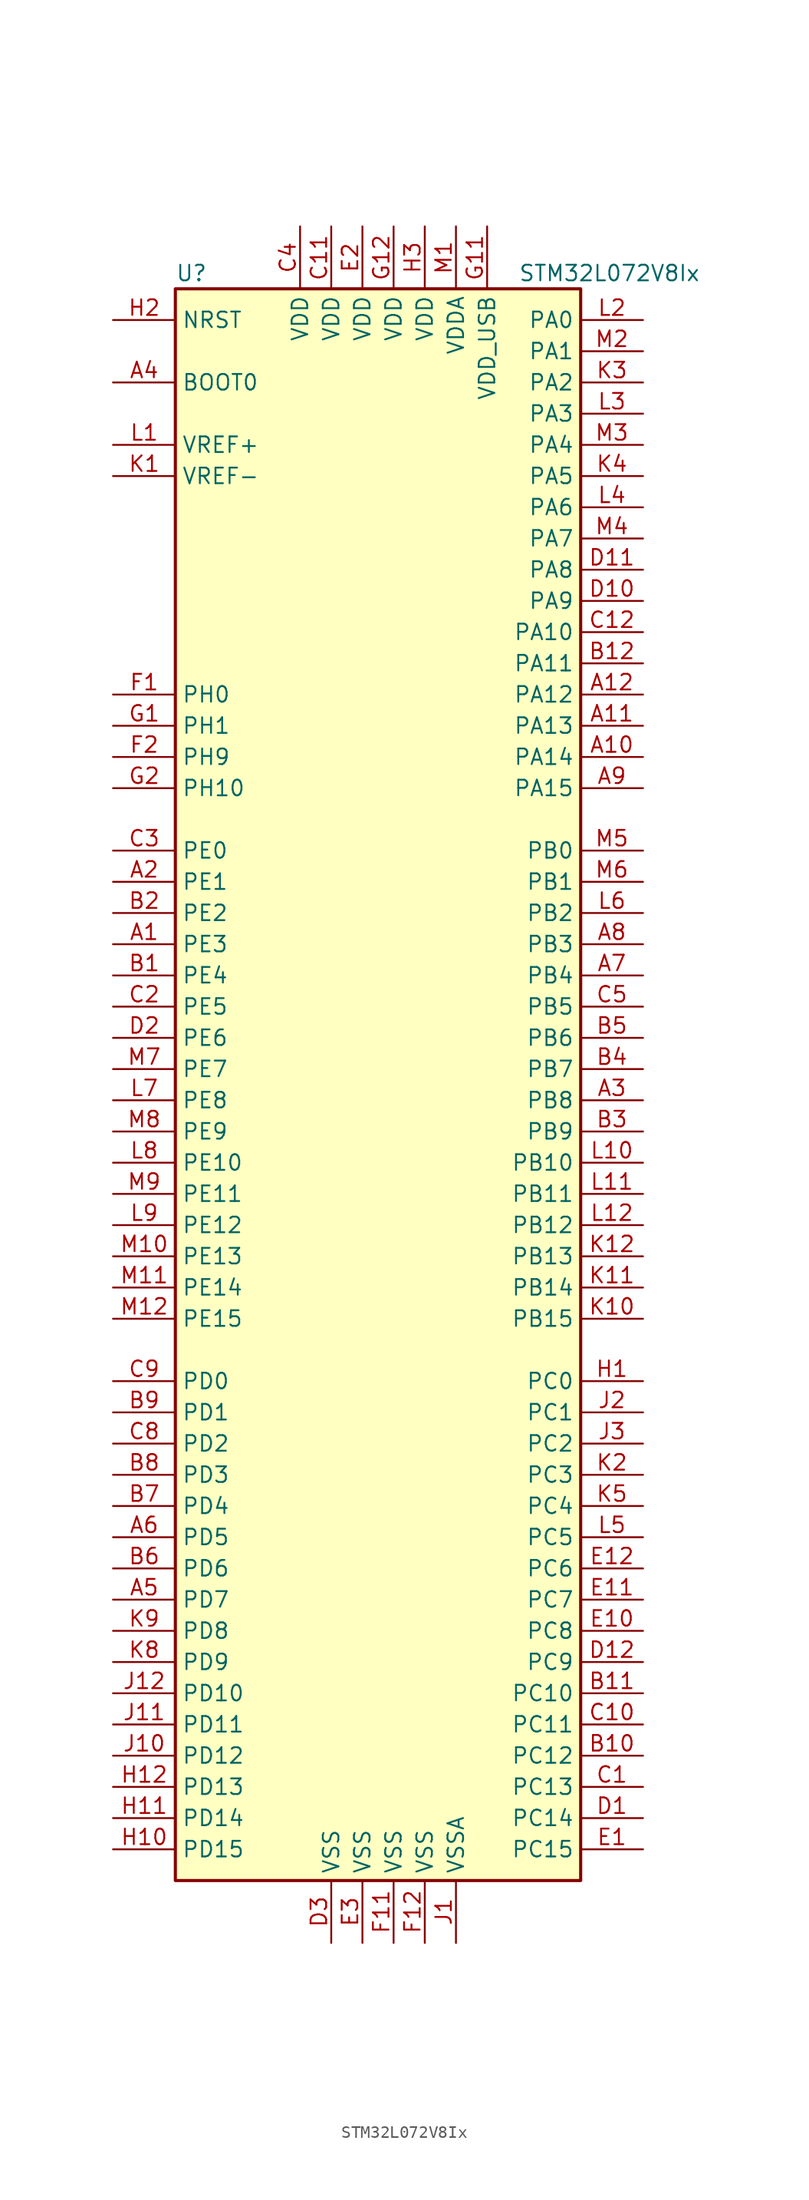
<source format=kicad_sym>
(kicad_symbol_lib
  (version 20201005)
  (generator kicad_symbol_editor)
  (symbol "STM32L072V8Ix"
    (property "Reference" "U"
      (at -17.78 64.77 0)
      (effects (font (size 1.27 1.27)) (justify left)))
    (property "Value" "STM32L072V8Ix"
      (at 10.16 64.77 0)
      (effects (font (size 1.27 1.27)) (justify left)))
    (symbol "STM32L072V8Ix_0_1"
      (rectangle (start -17.78 -66.04) (end 15.24 63.5) (stroke (width 0.254)) (fill (type background))))
    (symbol "STM32L072V8Ix_1_1"
      (pin input line (at -22.86 55.88 0) (length 5.08) (name "BOOT0" (effects (font (size 1.27 1.27)))) (number "A4" (effects (font (size 1.27 1.27)))))
      (pin input line (at -22.86 60.96 0) (length 5.08) (name "NRST" (effects (font (size 1.27 1.27)))) (number "H2" (effects (font (size 1.27 1.27)))))
      (pin bidirectional line (at 20.32 60.96 180) (length 5.08) (name "PA0" (effects (font (size 1.27 1.27)))) (number "L2" (effects (font (size 1.27 1.27)))))
      (pin bidirectional line (at 20.32 58.42 180) (length 5.08) (name "PA1" (effects (font (size 1.27 1.27)))) (number "M2" (effects (font (size 1.27 1.27)))))
      (pin bidirectional line (at 20.32 35.56 180) (length 5.08) (name "PA10" (effects (font (size 1.27 1.27)))) (number "C12" (effects (font (size 1.27 1.27)))))
      (pin bidirectional line (at 20.32 33.02 180) (length 5.08) (name "PA11" (effects (font (size 1.27 1.27)))) (number "B12" (effects (font (size 1.27 1.27)))))
      (pin bidirectional line (at 20.32 30.48 180) (length 5.08) (name "PA12" (effects (font (size 1.27 1.27)))) (number "A12" (effects (font (size 1.27 1.27)))))
      (pin bidirectional line (at 20.32 27.94 180) (length 5.08) (name "PA13" (effects (font (size 1.27 1.27)))) (number "A11" (effects (font (size 1.27 1.27)))))
      (pin bidirectional line (at 20.32 25.4 180) (length 5.08) (name "PA14" (effects (font (size 1.27 1.27)))) (number "A10" (effects (font (size 1.27 1.27)))))
      (pin bidirectional line (at 20.32 22.86 180) (length 5.08) (name "PA15" (effects (font (size 1.27 1.27)))) (number "A9" (effects (font (size 1.27 1.27)))))
      (pin bidirectional line (at 20.32 55.88 180) (length 5.08) (name "PA2" (effects (font (size 1.27 1.27)))) (number "K3" (effects (font (size 1.27 1.27)))))
      (pin bidirectional line (at 20.32 53.34 180) (length 5.08) (name "PA3" (effects (font (size 1.27 1.27)))) (number "L3" (effects (font (size 1.27 1.27)))))
      (pin bidirectional line (at 20.32 50.8 180) (length 5.08) (name "PA4" (effects (font (size 1.27 1.27)))) (number "M3" (effects (font (size 1.27 1.27)))))
      (pin bidirectional line (at 20.32 48.26 180) (length 5.08) (name "PA5" (effects (font (size 1.27 1.27)))) (number "K4" (effects (font (size 1.27 1.27)))))
      (pin bidirectional line (at 20.32 45.72 180) (length 5.08) (name "PA6" (effects (font (size 1.27 1.27)))) (number "L4" (effects (font (size 1.27 1.27)))))
      (pin bidirectional line (at 20.32 43.18 180) (length 5.08) (name "PA7" (effects (font (size 1.27 1.27)))) (number "M4" (effects (font (size 1.27 1.27)))))
      (pin bidirectional line (at 20.32 40.64 180) (length 5.08) (name "PA8" (effects (font (size 1.27 1.27)))) (number "D11" (effects (font (size 1.27 1.27)))))
      (pin bidirectional line (at 20.32 38.1 180) (length 5.08) (name "PA9" (effects (font (size 1.27 1.27)))) (number "D10" (effects (font (size 1.27 1.27)))))
      (pin bidirectional line (at 20.32 17.78 180) (length 5.08) (name "PB0" (effects (font (size 1.27 1.27)))) (number "M5" (effects (font (size 1.27 1.27)))))
      (pin bidirectional line (at 20.32 15.24 180) (length 5.08) (name "PB1" (effects (font (size 1.27 1.27)))) (number "M6" (effects (font (size 1.27 1.27)))))
      (pin bidirectional line (at 20.32 -7.62 180) (length 5.08) (name "PB10" (effects (font (size 1.27 1.27)))) (number "L10" (effects (font (size 1.27 1.27)))))
      (pin bidirectional line (at 20.32 -10.16 180) (length 5.08) (name "PB11" (effects (font (size 1.27 1.27)))) (number "L11" (effects (font (size 1.27 1.27)))))
      (pin bidirectional line (at 20.32 -12.7 180) (length 5.08) (name "PB12" (effects (font (size 1.27 1.27)))) (number "L12" (effects (font (size 1.27 1.27)))))
      (pin bidirectional line (at 20.32 -15.24 180) (length 5.08) (name "PB13" (effects (font (size 1.27 1.27)))) (number "K12" (effects (font (size 1.27 1.27)))))
      (pin bidirectional line (at 20.32 -17.78 180) (length 5.08) (name "PB14" (effects (font (size 1.27 1.27)))) (number "K11" (effects (font (size 1.27 1.27)))))
      (pin bidirectional line (at 20.32 -20.32 180) (length 5.08) (name "PB15" (effects (font (size 1.27 1.27)))) (number "K10" (effects (font (size 1.27 1.27)))))
      (pin bidirectional line (at 20.32 12.7 180) (length 5.08) (name "PB2" (effects (font (size 1.27 1.27)))) (number "L6" (effects (font (size 1.27 1.27)))))
      (pin bidirectional line (at 20.32 10.16 180) (length 5.08) (name "PB3" (effects (font (size 1.27 1.27)))) (number "A8" (effects (font (size 1.27 1.27)))))
      (pin bidirectional line (at 20.32 7.62 180) (length 5.08) (name "PB4" (effects (font (size 1.27 1.27)))) (number "A7" (effects (font (size 1.27 1.27)))))
      (pin bidirectional line (at 20.32 5.08 180) (length 5.08) (name "PB5" (effects (font (size 1.27 1.27)))) (number "C5" (effects (font (size 1.27 1.27)))))
      (pin bidirectional line (at 20.32 2.54 180) (length 5.08) (name "PB6" (effects (font (size 1.27 1.27)))) (number "B5" (effects (font (size 1.27 1.27)))))
      (pin bidirectional line (at 20.32 0 180) (length 5.08) (name "PB7" (effects (font (size 1.27 1.27)))) (number "B4" (effects (font (size 1.27 1.27)))))
      (pin bidirectional line (at 20.32 -2.54 180) (length 5.08) (name "PB8" (effects (font (size 1.27 1.27)))) (number "A3" (effects (font (size 1.27 1.27)))))
      (pin bidirectional line (at 20.32 -5.08 180) (length 5.08) (name "PB9" (effects (font (size 1.27 1.27)))) (number "B3" (effects (font (size 1.27 1.27)))))
      (pin bidirectional line (at 20.32 -25.4 180) (length 5.08) (name "PC0" (effects (font (size 1.27 1.27)))) (number "H1" (effects (font (size 1.27 1.27)))))
      (pin bidirectional line (at 20.32 -27.94 180) (length 5.08) (name "PC1" (effects (font (size 1.27 1.27)))) (number "J2" (effects (font (size 1.27 1.27)))))
      (pin bidirectional line (at 20.32 -50.8 180) (length 5.08) (name "PC10" (effects (font (size 1.27 1.27)))) (number "B11" (effects (font (size 1.27 1.27)))))
      (pin bidirectional line (at 20.32 -53.34 180) (length 5.08) (name "PC11" (effects (font (size 1.27 1.27)))) (number "C10" (effects (font (size 1.27 1.27)))))
      (pin bidirectional line (at 20.32 -55.88 180) (length 5.08) (name "PC12" (effects (font (size 1.27 1.27)))) (number "B10" (effects (font (size 1.27 1.27)))))
      (pin bidirectional line (at 20.32 -58.42 180) (length 5.08) (name "PC13" (effects (font (size 1.27 1.27)))) (number "C1" (effects (font (size 1.27 1.27)))))
      (pin bidirectional line (at 20.32 -60.96 180) (length 5.08) (name "PC14" (effects (font (size 1.27 1.27)))) (number "D1" (effects (font (size 1.27 1.27)))))
      (pin bidirectional line (at 20.32 -63.5 180) (length 5.08) (name "PC15" (effects (font (size 1.27 1.27)))) (number "E1" (effects (font (size 1.27 1.27)))))
      (pin bidirectional line (at 20.32 -30.48 180) (length 5.08) (name "PC2" (effects (font (size 1.27 1.27)))) (number "J3" (effects (font (size 1.27 1.27)))))
      (pin bidirectional line (at 20.32 -33.02 180) (length 5.08) (name "PC3" (effects (font (size 1.27 1.27)))) (number "K2" (effects (font (size 1.27 1.27)))))
      (pin bidirectional line (at 20.32 -35.56 180) (length 5.08) (name "PC4" (effects (font (size 1.27 1.27)))) (number "K5" (effects (font (size 1.27 1.27)))))
      (pin bidirectional line (at 20.32 -38.1 180) (length 5.08) (name "PC5" (effects (font (size 1.27 1.27)))) (number "L5" (effects (font (size 1.27 1.27)))))
      (pin bidirectional line (at 20.32 -40.64 180) (length 5.08) (name "PC6" (effects (font (size 1.27 1.27)))) (number "E12" (effects (font (size 1.27 1.27)))))
      (pin bidirectional line (at 20.32 -43.18 180) (length 5.08) (name "PC7" (effects (font (size 1.27 1.27)))) (number "E11" (effects (font (size 1.27 1.27)))))
      (pin bidirectional line (at 20.32 -45.72 180) (length 5.08) (name "PC8" (effects (font (size 1.27 1.27)))) (number "E10" (effects (font (size 1.27 1.27)))))
      (pin bidirectional line (at 20.32 -48.26 180) (length 5.08) (name "PC9" (effects (font (size 1.27 1.27)))) (number "D12" (effects (font (size 1.27 1.27)))))
      (pin bidirectional line (at -22.86 -25.4 0) (length 5.08) (name "PD0" (effects (font (size 1.27 1.27)))) (number "C9" (effects (font (size 1.27 1.27)))))
      (pin bidirectional line (at -22.86 -27.94 0) (length 5.08) (name "PD1" (effects (font (size 1.27 1.27)))) (number "B9" (effects (font (size 1.27 1.27)))))
      (pin bidirectional line (at -22.86 -50.8 0) (length 5.08) (name "PD10" (effects (font (size 1.27 1.27)))) (number "J12" (effects (font (size 1.27 1.27)))))
      (pin bidirectional line (at -22.86 -53.34 0) (length 5.08) (name "PD11" (effects (font (size 1.27 1.27)))) (number "J11" (effects (font (size 1.27 1.27)))))
      (pin bidirectional line (at -22.86 -55.88 0) (length 5.08) (name "PD12" (effects (font (size 1.27 1.27)))) (number "J10" (effects (font (size 1.27 1.27)))))
      (pin bidirectional line (at -22.86 -58.42 0) (length 5.08) (name "PD13" (effects (font (size 1.27 1.27)))) (number "H12" (effects (font (size 1.27 1.27)))))
      (pin bidirectional line (at -22.86 -60.96 0) (length 5.08) (name "PD14" (effects (font (size 1.27 1.27)))) (number "H11" (effects (font (size 1.27 1.27)))))
      (pin bidirectional line (at -22.86 -63.5 0) (length 5.08) (name "PD15" (effects (font (size 1.27 1.27)))) (number "H10" (effects (font (size 1.27 1.27)))))
      (pin bidirectional line (at -22.86 -30.48 0) (length 5.08) (name "PD2" (effects (font (size 1.27 1.27)))) (number "C8" (effects (font (size 1.27 1.27)))))
      (pin bidirectional line (at -22.86 -33.02 0) (length 5.08) (name "PD3" (effects (font (size 1.27 1.27)))) (number "B8" (effects (font (size 1.27 1.27)))))
      (pin bidirectional line (at -22.86 -35.56 0) (length 5.08) (name "PD4" (effects (font (size 1.27 1.27)))) (number "B7" (effects (font (size 1.27 1.27)))))
      (pin bidirectional line (at -22.86 -38.1 0) (length 5.08) (name "PD5" (effects (font (size 1.27 1.27)))) (number "A6" (effects (font (size 1.27 1.27)))))
      (pin bidirectional line (at -22.86 -40.64 0) (length 5.08) (name "PD6" (effects (font (size 1.27 1.27)))) (number "B6" (effects (font (size 1.27 1.27)))))
      (pin bidirectional line (at -22.86 -43.18 0) (length 5.08) (name "PD7" (effects (font (size 1.27 1.27)))) (number "A5" (effects (font (size 1.27 1.27)))))
      (pin bidirectional line (at -22.86 -45.72 0) (length 5.08) (name "PD8" (effects (font (size 1.27 1.27)))) (number "K9" (effects (font (size 1.27 1.27)))))
      (pin bidirectional line (at -22.86 -48.26 0) (length 5.08) (name "PD9" (effects (font (size 1.27 1.27)))) (number "K8" (effects (font (size 1.27 1.27)))))
      (pin bidirectional line (at -22.86 17.78 0) (length 5.08) (name "PE0" (effects (font (size 1.27 1.27)))) (number "C3" (effects (font (size 1.27 1.27)))))
      (pin bidirectional line (at -22.86 15.24 0) (length 5.08) (name "PE1" (effects (font (size 1.27 1.27)))) (number "A2" (effects (font (size 1.27 1.27)))))
      (pin bidirectional line (at -22.86 -7.62 0) (length 5.08) (name "PE10" (effects (font (size 1.27 1.27)))) (number "L8" (effects (font (size 1.27 1.27)))))
      (pin bidirectional line (at -22.86 -10.16 0) (length 5.08) (name "PE11" (effects (font (size 1.27 1.27)))) (number "M9" (effects (font (size 1.27 1.27)))))
      (pin bidirectional line (at -22.86 -12.7 0) (length 5.08) (name "PE12" (effects (font (size 1.27 1.27)))) (number "L9" (effects (font (size 1.27 1.27)))))
      (pin bidirectional line (at -22.86 -15.24 0) (length 5.08) (name "PE13" (effects (font (size 1.27 1.27)))) (number "M10" (effects (font (size 1.27 1.27)))))
      (pin bidirectional line (at -22.86 -17.78 0) (length 5.08) (name "PE14" (effects (font (size 1.27 1.27)))) (number "M11" (effects (font (size 1.27 1.27)))))
      (pin bidirectional line (at -22.86 -20.32 0) (length 5.08) (name "PE15" (effects (font (size 1.27 1.27)))) (number "M12" (effects (font (size 1.27 1.27)))))
      (pin bidirectional line (at -22.86 12.7 0) (length 5.08) (name "PE2" (effects (font (size 1.27 1.27)))) (number "B2" (effects (font (size 1.27 1.27)))))
      (pin bidirectional line (at -22.86 10.16 0) (length 5.08) (name "PE3" (effects (font (size 1.27 1.27)))) (number "A1" (effects (font (size 1.27 1.27)))))
      (pin bidirectional line (at -22.86 7.62 0) (length 5.08) (name "PE4" (effects (font (size 1.27 1.27)))) (number "B1" (effects (font (size 1.27 1.27)))))
      (pin bidirectional line (at -22.86 5.08 0) (length 5.08) (name "PE5" (effects (font (size 1.27 1.27)))) (number "C2" (effects (font (size 1.27 1.27)))))
      (pin bidirectional line (at -22.86 2.54 0) (length 5.08) (name "PE6" (effects (font (size 1.27 1.27)))) (number "D2" (effects (font (size 1.27 1.27)))))
      (pin bidirectional line (at -22.86 0 0) (length 5.08) (name "PE7" (effects (font (size 1.27 1.27)))) (number "M7" (effects (font (size 1.27 1.27)))))
      (pin bidirectional line (at -22.86 -2.54 0) (length 5.08) (name "PE8" (effects (font (size 1.27 1.27)))) (number "L7" (effects (font (size 1.27 1.27)))))
      (pin bidirectional line (at -22.86 -5.08 0) (length 5.08) (name "PE9" (effects (font (size 1.27 1.27)))) (number "M8" (effects (font (size 1.27 1.27)))))
      (pin input line (at -22.86 30.48 0) (length 5.08) (name "PH0" (effects (font (size 1.27 1.27)))) (number "F1" (effects (font (size 1.27 1.27)))))
      (pin input line (at -22.86 27.94 0) (length 5.08) (name "PH1" (effects (font (size 1.27 1.27)))) (number "G1" (effects (font (size 1.27 1.27)))))
      (pin bidirectional line (at -22.86 22.86 0) (length 5.08) (name "PH10" (effects (font (size 1.27 1.27)))) (number "G2" (effects (font (size 1.27 1.27)))))
      (pin bidirectional line (at -22.86 25.4 0) (length 5.08) (name "PH9" (effects (font (size 1.27 1.27)))) (number "F2" (effects (font (size 1.27 1.27)))))
      (pin power_in line (at -5.08 68.58 270) (length 5.08) (name "VDD" (effects (font (size 1.27 1.27)))) (number "C11" (effects (font (size 1.27 1.27)))))
      (pin power_in line (at -7.62 68.58 270) (length 5.08) (name "VDD" (effects (font (size 1.27 1.27)))) (number "C4" (effects (font (size 1.27 1.27)))))
      (pin power_in line (at -2.54 68.58 270) (length 5.08) (name "VDD" (effects (font (size 1.27 1.27)))) (number "E2" (effects (font (size 1.27 1.27)))))
      (pin power_in line (at 0 68.58 270) (length 5.08) (name "VDD" (effects (font (size 1.27 1.27)))) (number "G12" (effects (font (size 1.27 1.27)))))
      (pin power_in line (at 2.54 68.58 270) (length 5.08) (name "VDD" (effects (font (size 1.27 1.27)))) (number "H3" (effects (font (size 1.27 1.27)))))
      (pin power_in line (at 5.08 68.58 270) (length 5.08) (name "VDDA" (effects (font (size 1.27 1.27)))) (number "M1" (effects (font (size 1.27 1.27)))))
      (pin power_in line (at 7.62 68.58 270) (length 5.08) (name "VDD_USB" (effects (font (size 1.27 1.27)))) (number "G11" (effects (font (size 1.27 1.27)))))
      (pin power_in line (at -22.86 50.8 0) (length 5.08) (name "VREF+" (effects (font (size 1.27 1.27)))) (number "L1" (effects (font (size 1.27 1.27)))))
      (pin power_in line (at -22.86 48.26 0) (length 5.08) (name "VREF-" (effects (font (size 1.27 1.27)))) (number "K1" (effects (font (size 1.27 1.27)))))
      (pin power_in line (at -5.08 -71.12 90) (length 5.08) (name "VSS" (effects (font (size 1.27 1.27)))) (number "D3" (effects (font (size 1.27 1.27)))))
      (pin power_in line (at -2.54 -71.12 90) (length 5.08) (name "VSS" (effects (font (size 1.27 1.27)))) (number "E3" (effects (font (size 1.27 1.27)))))
      (pin power_in line (at 0 -71.12 90) (length 5.08) (name "VSS" (effects (font (size 1.27 1.27)))) (number "F11" (effects (font (size 1.27 1.27)))))
      (pin power_in line (at 2.54 -71.12 90) (length 5.08) (name "VSS" (effects (font (size 1.27 1.27)))) (number "F12" (effects (font (size 1.27 1.27)))))
      (pin power_in line (at 5.08 -71.12 90) (length 5.08) (name "VSSA" (effects (font (size 1.27 1.27)))) (number "J1" (effects (font (size 1.27 1.27))))))))
</source>
